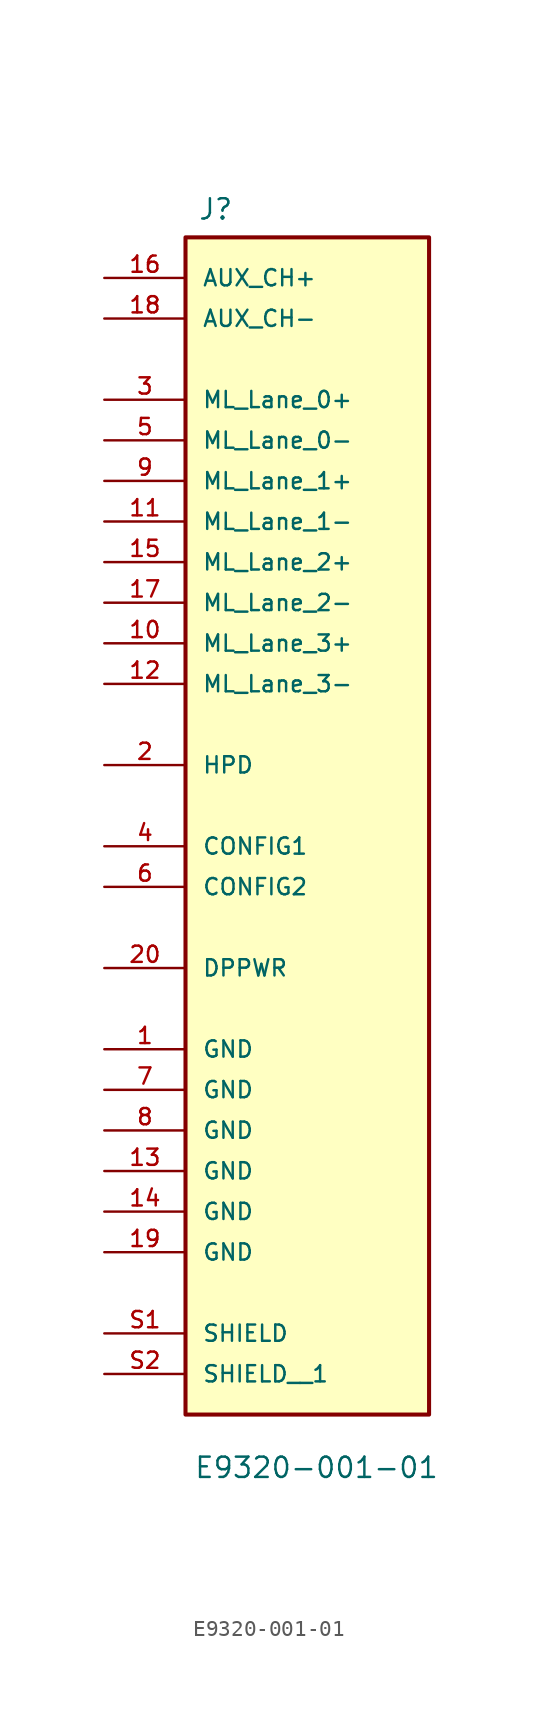
<source format=kicad_sym>
(kicad_symbol_lib
  (version 20231120)
  (generator "kicad_symbol_editor")
  (generator_version "8.0")
  (symbol "E9320-001-01"
    (pin_names
      (offset 1.016))
    (property "Reference" "J"
      (at -6.858 39.116 0)
      (effects (font (size 1.27 1.27)) (justify left bottom)))
    (property "Value" "E9320-001-01"
      (at -7.112 -39.624 0)
      (effects (font (size 1.27 1.27)) (justify left bottom)))
    (symbol "E9320-001-01_0_0"
      (rectangle (start -7.62 38.1) (end 7.62 -35.56) (stroke (width 0.254) (type default)) (fill (type background)))
      (pin passive line (at -12.7 -30.48 0) (length 5.08) (name "SHIELD" (effects (font (size 1.016 1.016)))) (number "S1" (effects (font (size 1.016 1.016)))))
      (pin passive line (at -12.7 -33.02 0) (length 5.08) (name "SHIELD__1" (effects (font (size 1.016 1.016)))) (number "S2" (effects (font (size 1.016 1.016))))))
    (symbol "E9320-001-01_1_0"
      (pin passive line (at -12.7 -12.7 0) (length 5.08) (name "GND" (effects (font (size 1.016 1.016)))) (number "1" (effects (font (size 1.016 1.016)))))
      (pin passive line (at -12.7 12.7 0) (length 5.08) (name "ML_Lane_3+" (effects (font (size 1.016 1.016)))) (number "10" (effects (font (size 1.016 1.016)))))
      (pin passive line (at -12.7 20.32 0) (length 5.08) (name "ML_Lane_1-" (effects (font (size 1.016 1.016)))) (number "11" (effects (font (size 1.016 1.016)))))
      (pin passive line (at -12.7 10.16 0) (length 5.08) (name "ML_Lane_3-" (effects (font (size 1.016 1.016)))) (number "12" (effects (font (size 1.016 1.016)))))
      (pin passive line (at -12.7 -20.32 0) (length 5.08) (name "GND" (effects (font (size 1.016 1.016)))) (number "13" (effects (font (size 1.016 1.016)))))
      (pin passive line (at -12.7 -22.86 0) (length 5.08) (name "GND" (effects (font (size 1.016 1.016)))) (number "14" (effects (font (size 1.016 1.016)))))
      (pin passive line (at -12.7 17.78 0) (length 5.08) (name "ML_Lane_2+" (effects (font (size 1.016 1.016)))) (number "15" (effects (font (size 1.016 1.016)))))
      (pin passive line (at -12.7 35.56 0) (length 5.08) (name "AUX_CH+" (effects (font (size 1.016 1.016)))) (number "16" (effects (font (size 1.016 1.016)))))
      (pin passive line (at -12.7 15.24 0) (length 5.08) (name "ML_Lane_2-" (effects (font (size 1.016 1.016)))) (number "17" (effects (font (size 1.016 1.016)))))
      (pin passive line (at -12.7 33.02 0) (length 5.08) (name "AUX_CH-" (effects (font (size 1.016 1.016)))) (number "18" (effects (font (size 1.016 1.016)))))
      (pin passive line (at -12.7 -25.4 0) (length 5.08) (name "GND" (effects (font (size 1.016 1.016)))) (number "19" (effects (font (size 1.016 1.016)))))
      (pin passive line (at -12.7 5.08 0) (length 5.08) (name "HPD" (effects (font (size 1.016 1.016)))) (number "2" (effects (font (size 1.016 1.016)))))
      (pin passive line (at -12.7 -7.62 0) (length 5.08) (name "DPPWR" (effects (font (size 1.016 1.016)))) (number "20" (effects (font (size 1.016 1.016)))))
      (pin passive line (at -12.7 27.94 0) (length 5.08) (name "ML_Lane_0+" (effects (font (size 1.016 1.016)))) (number "3" (effects (font (size 1.016 1.016)))))
      (pin passive line (at -12.7 0 0) (length 5.08) (name "CONFIG1" (effects (font (size 1.016 1.016)))) (number "4" (effects (font (size 1.016 1.016)))))
      (pin passive line (at -12.7 25.4 0) (length 5.08) (name "ML_Lane_0-" (effects (font (size 1.016 1.016)))) (number "5" (effects (font (size 1.016 1.016)))))
      (pin passive line (at -12.7 -2.54 0) (length 5.08) (name "CONFIG2" (effects (font (size 1.016 1.016)))) (number "6" (effects (font (size 1.016 1.016)))))
      (pin passive line (at -12.7 -15.24 0) (length 5.08) (name "GND" (effects (font (size 1.016 1.016)))) (number "7" (effects (font (size 1.016 1.016)))))
      (pin passive line (at -12.7 -17.78 0) (length 5.08) (name "GND" (effects (font (size 1.016 1.016)))) (number "8" (effects (font (size 1.016 1.016)))))
      (pin passive line (at -12.7 22.86 0) (length 5.08) (name "ML_Lane_1+" (effects (font (size 1.016 1.016)))) (number "9" (effects (font (size 1.016 1.016))))))))
</source>
